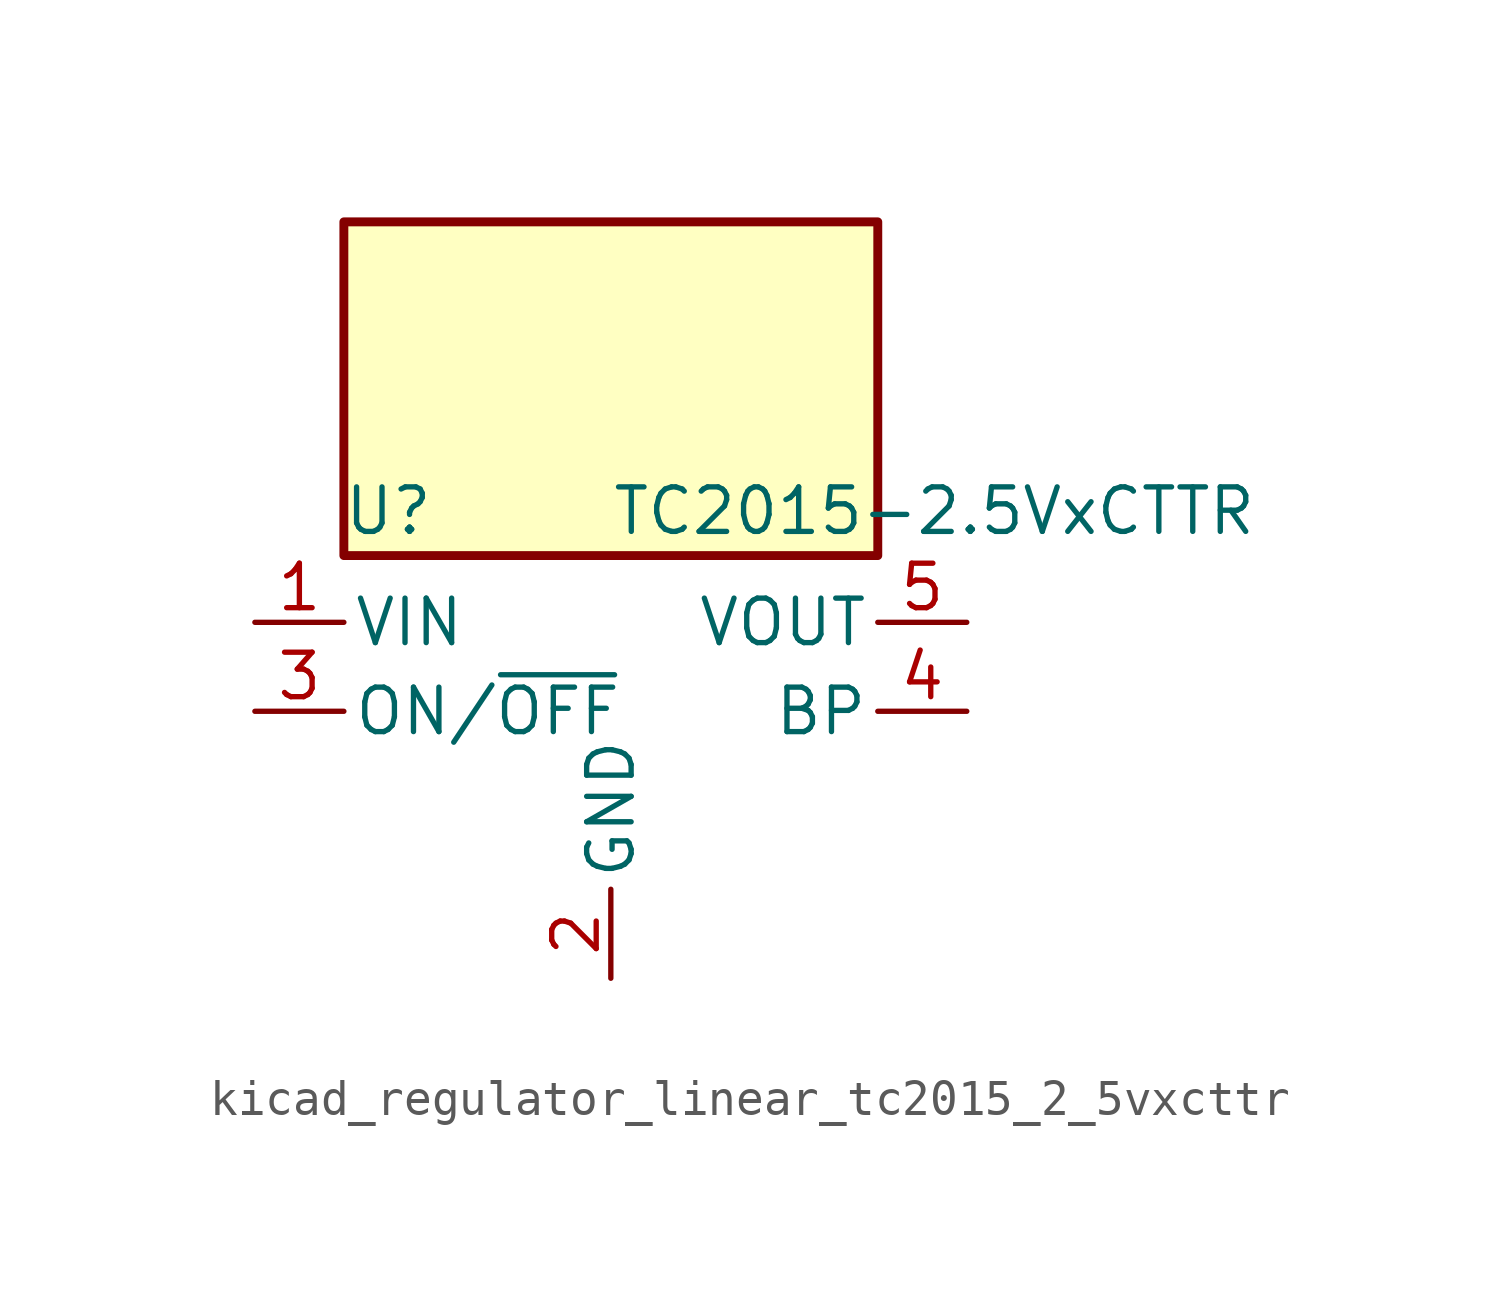
<source format=kicad_sym>
(kicad_symbol_lib
  (version 20220914)
  (generator kicad_symbol_editor)
  (symbol "kicad_regulator_linear_tc2015_2_5vxcttr"
    (pin_names
      (offset 0.254))
    (property "Reference" "U"
      (at -6.35 5.715 0)
      (effects (font (size 1.27 1.27))))
    (property "Value" "TC2015-2.5VxCTTR"
      (at 0 5.715 0)
      (effects (font (size 1.27 1.27)) (justify left)))
    (symbol "kicad_regulator_linear_tc2015_2_5vxcttr_0_1"
      (rectangle (start 7.62 13.97) (end -7.62 4.445) (stroke (width 0.254) (type default)) (fill (type background))))
    (symbol "kicad_regulator_linear_tc2015_2_5vxcttr_1_1"
      (pin power_in line (at -10.16 2.54 0) (length 2.54) (name "VIN" (effects (font (size 1.27 1.27)))) (number "1" (effects (font (size 1.27 1.27)))))
      (pin power_in line (at 0 -7.62 90) (length 2.54) (name "GND" (effects (font (size 1.27 1.27)))) (number "2" (effects (font (size 1.27 1.27)))))
      (pin input line (at -10.16 0 0) (length 2.54) (name "ON/~{OFF}" (effects (font (size 1.27 1.27)))) (number "3" (effects (font (size 1.27 1.27)))))
      (pin input line (at 10.16 0 180) (length 2.54) (name "BP" (effects (font (size 1.27 1.27)))) (number "4" (effects (font (size 1.27 1.27)))))
      (pin power_out line (at 10.16 2.54 180) (length 2.54) (name "VOUT" (effects (font (size 1.27 1.27)))) (number "5" (effects (font (size 1.27 1.27))))))))
</source>
